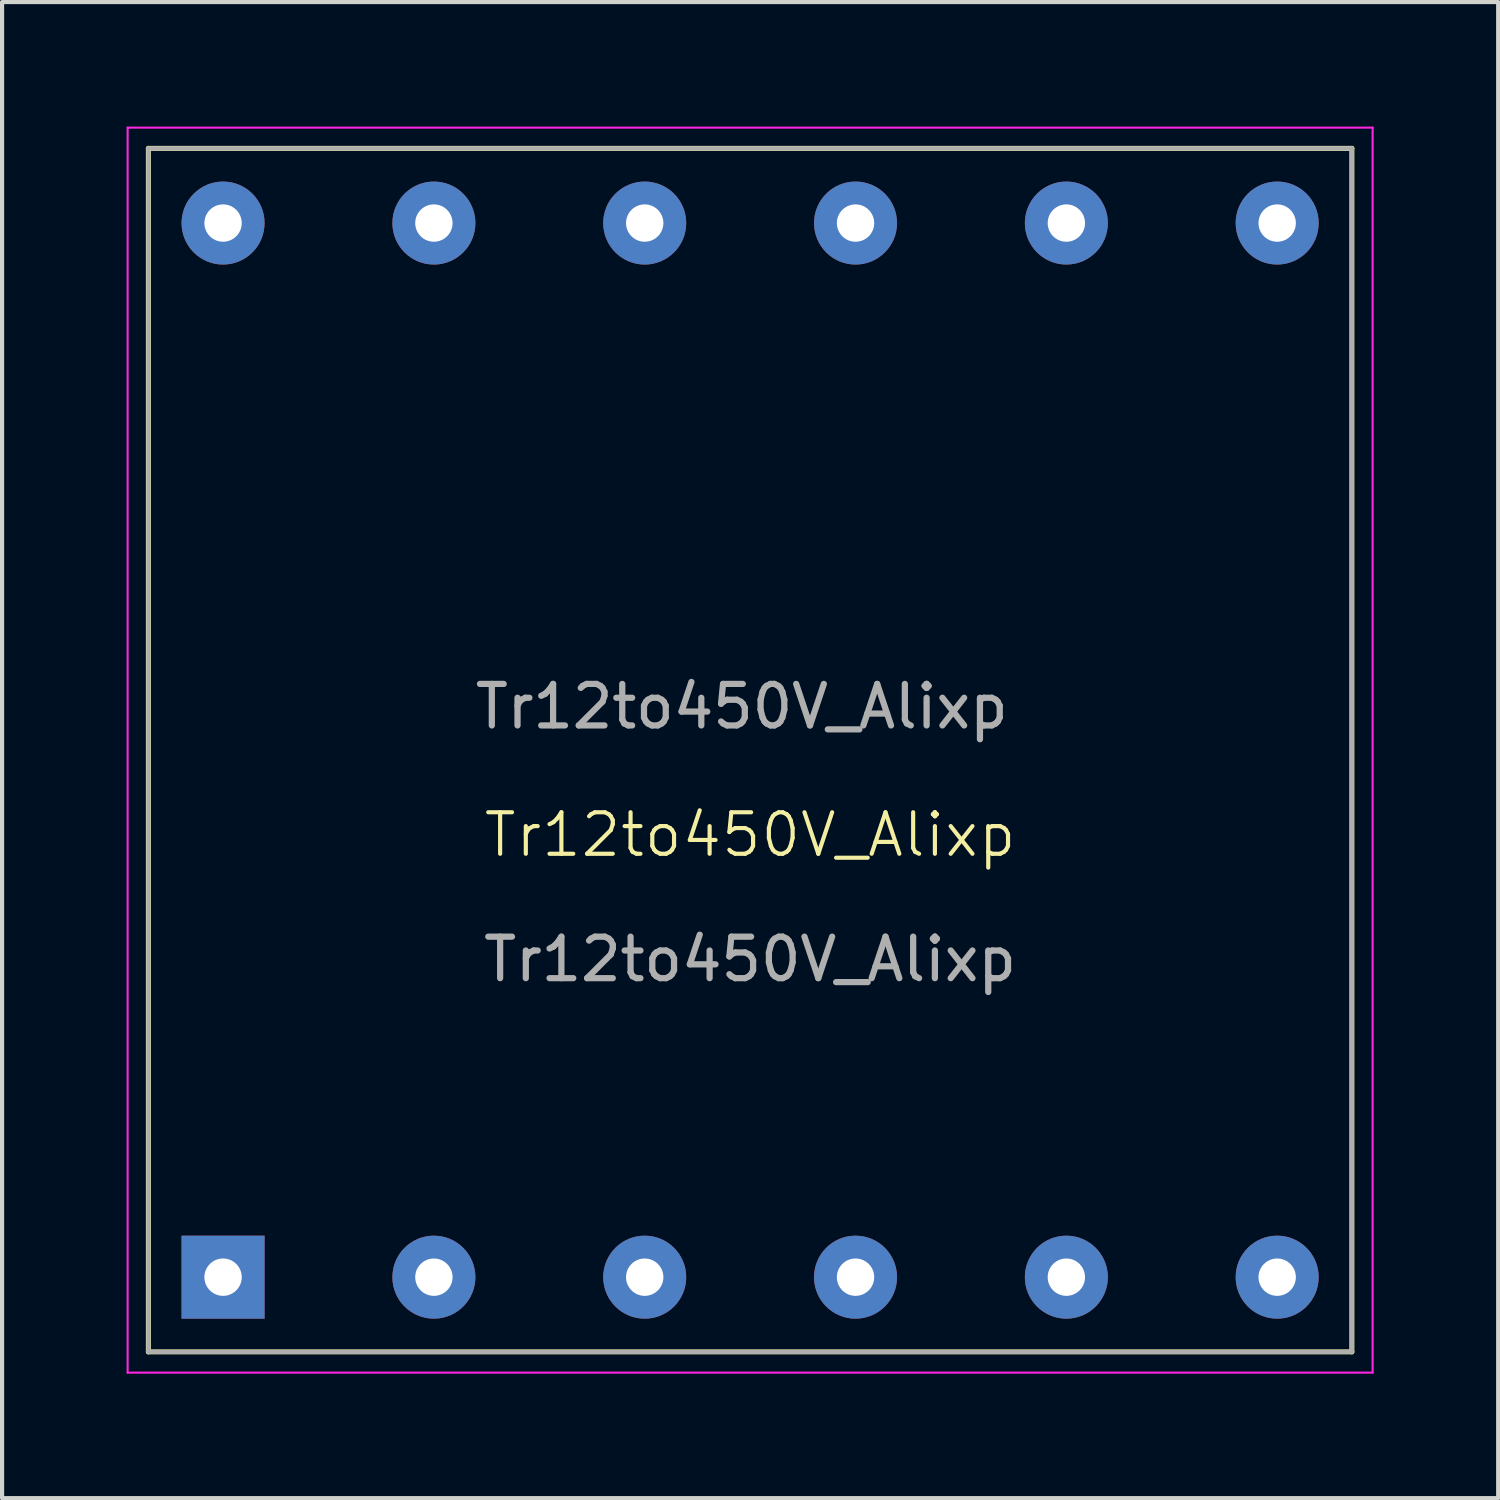
<source format=kicad_pcb>
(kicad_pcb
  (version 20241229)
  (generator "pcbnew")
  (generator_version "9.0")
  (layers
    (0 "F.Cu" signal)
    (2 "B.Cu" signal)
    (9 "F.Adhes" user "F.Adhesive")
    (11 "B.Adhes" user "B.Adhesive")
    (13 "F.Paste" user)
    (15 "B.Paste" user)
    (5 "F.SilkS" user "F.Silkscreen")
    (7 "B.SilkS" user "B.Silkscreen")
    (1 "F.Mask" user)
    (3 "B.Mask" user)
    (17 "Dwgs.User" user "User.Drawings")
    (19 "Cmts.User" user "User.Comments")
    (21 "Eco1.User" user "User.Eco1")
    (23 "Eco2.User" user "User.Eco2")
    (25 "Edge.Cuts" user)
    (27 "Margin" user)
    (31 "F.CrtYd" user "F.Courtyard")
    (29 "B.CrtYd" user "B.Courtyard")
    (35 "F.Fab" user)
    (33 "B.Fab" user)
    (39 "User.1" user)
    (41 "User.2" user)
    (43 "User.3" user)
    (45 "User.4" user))
  (footprint "Tr12to450V_Alixp"
    (layer "F.Cu")
    (at 15.025 15.025)
    (property "Reference" "Tr12to450V_Alixp" (at 0 2.04 0) (unlocked yes) (layer "F.SilkS") (effects (font (size 1 1) (thickness 0.1))))
    (attr smd)
    (fp_line (start -14.5 -14.5) (end 14.5 -14.5) (stroke (width 0.12) (type solid)) (layer "F.SilkS"))
    (fp_line (start -14.5 14.5) (end -14.5 -14.5) (stroke (width 0.12) (type solid)) (layer "F.SilkS"))
    (fp_line (start 14.5 -14.5) (end 14.5 14.5) (stroke (width 0.12) (type solid)) (layer "F.SilkS"))
    (fp_line (start 14.5 14.5) (end -14.5 14.5) (stroke (width 0.12) (type solid)) (layer "F.SilkS"))
    (fp_line (start -15 -15) (end -15 15) (stroke (width 0.05) (type solid)) (layer "F.CrtYd"))
    (fp_line (start -15 -15) (end 15 -15) (stroke (width 0.05) (type solid)) (layer "F.CrtYd"))
    (fp_line (start 15 15) (end -15 15) (stroke (width 0.05) (type solid)) (layer "F.CrtYd"))
    (fp_line (start 15 15) (end 15 -15) (stroke (width 0.05) (type solid)) (layer "F.CrtYd"))
    (fp_line (start -14.5 -14.5) (end 14.5 -14.5) (stroke (width 0.1) (type solid)) (layer "F.Fab"))
    (fp_line (start -14.5 14.5) (end -14.5 -14.5) (stroke (width 0.1) (type solid)) (layer "F.Fab"))
    (fp_line (start 14.5 -14.5) (end 14.5 14.5) (stroke (width 0.1) (type solid)) (layer "F.Fab"))
    (fp_line (start 14.5 14.5) (end -14.5 14.5) (stroke (width 0.1) (type solid)) (layer "F.Fab"))
    (fp_text user "${REFERENCE}" (at -0.2 -1.05 0) (layer "F.Fab") (effects (font (size 1 1) (thickness 0.15))))
    (fp_text user "${REFERENCE}" (at 0 5.04 0) (unlocked yes) (layer "F.Fab") (effects (font (size 1 1) (thickness 0.15))))
    (pad "1" thru_hole rect (at -12.7 12.7) (size 2 2) (drill 0.9) (layers "*.Cu" "*.Mask"))
    (pad "2" thru_hole circle (at -7.62 12.7) (size 2 2) (drill 0.9) (layers "*.Cu" "*.Mask"))
    (pad "3" thru_hole circle (at -2.54 12.7) (size 2 2) (drill 0.9) (layers "*.Cu" "*.Mask"))
    (pad "4" thru_hole circle (at 2.54 12.7) (size 2 2) (drill 0.9) (layers "*.Cu" "*.Mask"))
    (pad "5" thru_hole circle (at 7.62 12.7) (size 2 2) (drill 0.9) (layers "*.Cu" "*.Mask"))
    (pad "6" thru_hole circle (at 12.7 12.7) (size 2 2) (drill 0.9) (layers "*.Cu" "*.Mask"))
    (pad "7" thru_hole circle (at 12.7 -12.7) (size 2 2) (drill 0.9) (layers "*.Cu" "*.Mask"))
    (pad "8" thru_hole circle (at 7.62 -12.7) (size 2 2) (drill 0.9) (layers "*.Cu" "*.Mask"))
    (pad "9" thru_hole circle (at 2.54 -12.7) (size 2 2) (drill 0.9) (layers "*.Cu" "*.Mask"))
    (pad "10" thru_hole circle (at -2.54 -12.7) (size 2 2) (drill 0.9) (layers "*.Cu" "*.Mask"))
    (pad "11" thru_hole circle (at -7.62 -12.7) (size 2 2) (drill 0.9) (layers "*.Cu" "*.Mask"))
    (pad "12" thru_hole circle (at -12.7 -12.7) (size 2 2) (drill 0.9) (layers "*.Cu" "*.Mask")))
  (gr_rect
    (start -3 -3)
    (end 33.05 33.05)
    (stroke (width 0.1) (type default))
    (fill no)
    (layer "Edge.Cuts")))
</source>
